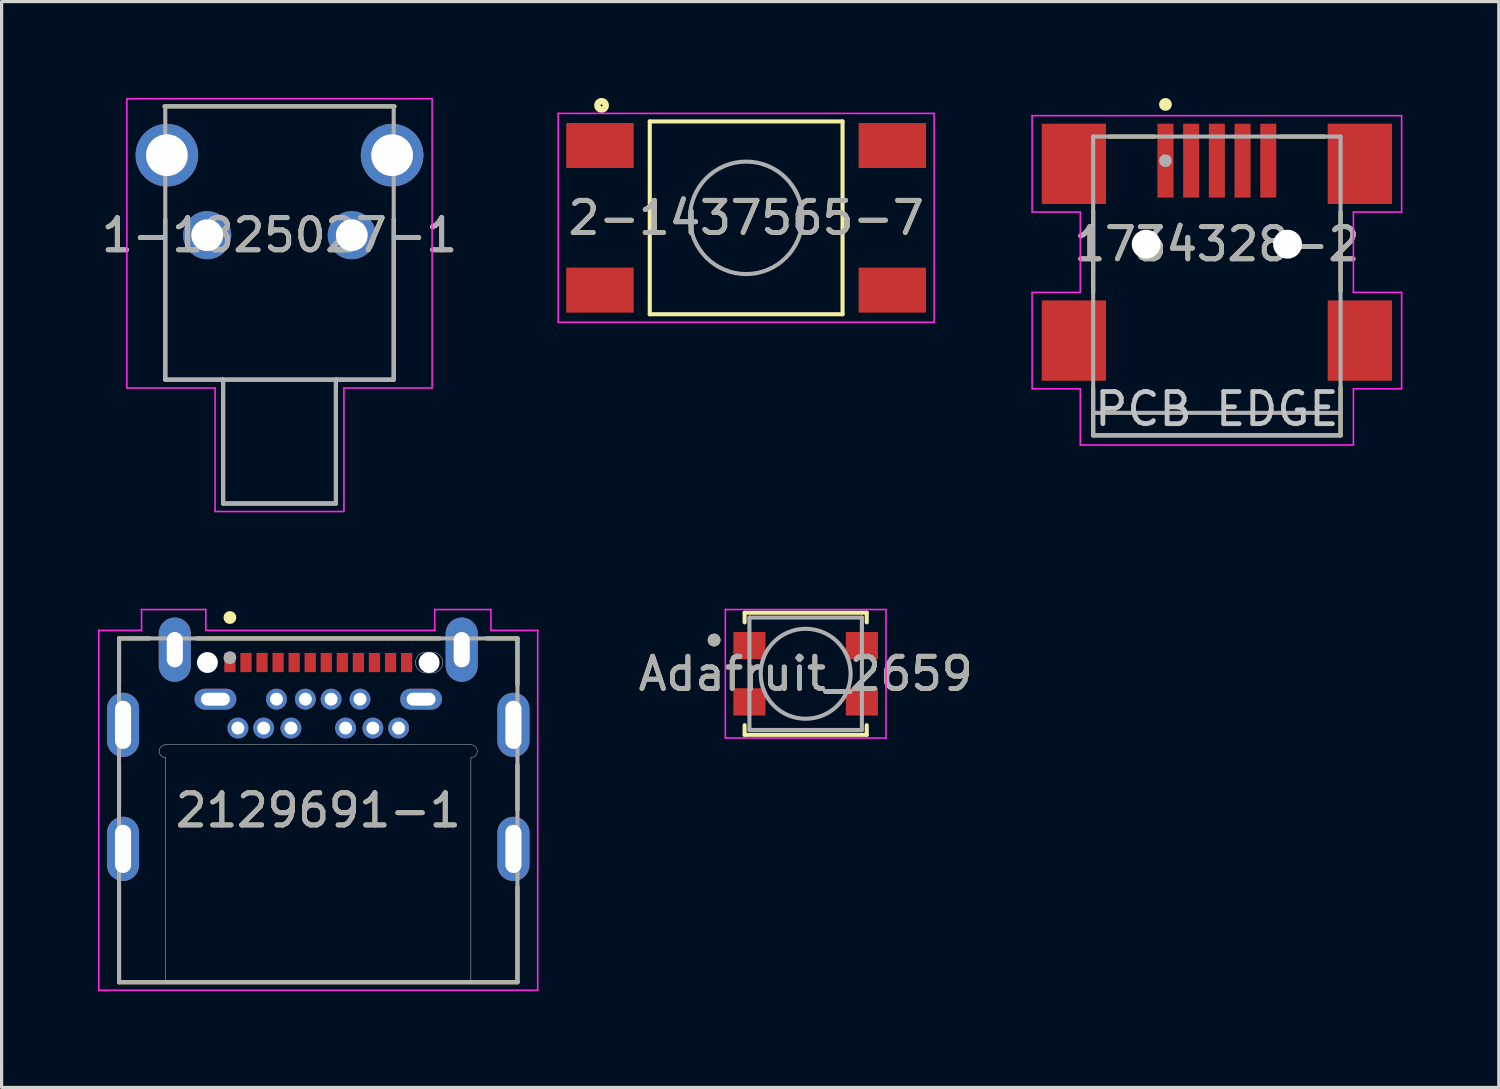
<source format=kicad_pcb>
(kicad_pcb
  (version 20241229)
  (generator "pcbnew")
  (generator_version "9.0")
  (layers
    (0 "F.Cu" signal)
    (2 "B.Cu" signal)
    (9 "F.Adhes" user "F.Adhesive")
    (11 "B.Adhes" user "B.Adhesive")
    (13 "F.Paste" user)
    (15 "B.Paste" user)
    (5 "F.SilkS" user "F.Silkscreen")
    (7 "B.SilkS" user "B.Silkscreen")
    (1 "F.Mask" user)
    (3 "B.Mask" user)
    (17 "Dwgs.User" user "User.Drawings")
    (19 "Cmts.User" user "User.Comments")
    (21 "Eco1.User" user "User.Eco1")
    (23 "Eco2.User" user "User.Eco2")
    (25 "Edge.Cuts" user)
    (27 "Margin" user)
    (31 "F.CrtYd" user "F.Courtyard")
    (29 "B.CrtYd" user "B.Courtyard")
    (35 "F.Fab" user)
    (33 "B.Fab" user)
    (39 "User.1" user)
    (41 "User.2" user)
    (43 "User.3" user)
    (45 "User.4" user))
  (footprint "2-1437565-7"
    (layer "F.Cu")
    (at 20.173 3.73)
    (property "Reference" "2-1437565-7" (at 0 0 0) (layer "F.SilkS") (effects (font (size 1 1) (thickness 0.15))))
    (attr smd)
    (fp_line (start -3 -3) (end 3 -3) (stroke (width 0.127) (type solid)) (layer "F.SilkS"))
    (fp_line (start -3 3) (end -3 -3) (stroke (width 0.127) (type solid)) (layer "F.SilkS"))
    (fp_line (start 3 -3) (end 3 3) (stroke (width 0.127) (type solid)) (layer "F.SilkS"))
    (fp_line (start 3 3) (end -3 3) (stroke (width 0.127) (type solid)) (layer "F.SilkS"))
    (fp_circle (center -4.5 -3.5) (end -4.37 -3.5) (stroke (width 0.2) (type solid)) (fill no) (layer "F.SilkS"))
    (fp_line (start -5.85 -3.25) (end 5.85 -3.25) (stroke (width 0.05) (type solid)) (layer "F.CrtYd"))
    (fp_line (start -5.85 3.25) (end -5.85 -3.25) (stroke (width 0.05) (type solid)) (layer "F.CrtYd"))
    (fp_line (start 5.85 -3.25) (end 5.85 3.25) (stroke (width 0.05) (type solid)) (layer "F.CrtYd"))
    (fp_line (start 5.85 3.25) (end -5.85 3.25) (stroke (width 0.05) (type solid)) (layer "F.CrtYd"))
    (fp_circle (center 0 0) (end 1.75 0) (stroke (width 0.127) (type solid)) (fill no) (layer "F.Fab"))
    (fp_text user "${REFERENCE}" (at 0 0 0) (layer "F.Fab") (effects (font (size 1 1) (thickness 0.15))))
    (pad "1" smd rect (at -4.55 -2.25) (size 2.1 1.4) (layers "F.Cu" "F.Mask" "F.Paste"))
    (pad "2" smd rect (at 4.55 -2.25) (size 2.1 1.4) (layers "F.Cu" "F.Mask" "F.Paste"))
    (pad "3" smd rect (at -4.55 2.25) (size 2.1 1.4) (layers "F.Cu" "F.Mask" "F.Paste"))
    (pad "4" smd rect (at 4.55 2.25) (size 2.1 1.4) (layers "F.Cu" "F.Mask" "F.Paste")))
  (footprint "1734328-2"
    (layer "F.Cu")
    (at 34.823 4.55)
    (property "Reference" "1734328-2" (at 0 0 0) (layer "F.SilkS") (effects (font (size 1 1) (thickness 0.15))))
    (attr smd)
    (fp_line (start -3.85 -1.05) (end -3.85 1.5) (stroke (width 0.127) (type solid)) (layer "F.SilkS"))
    (fp_line (start -3.85 4.5) (end -3.85 5.95) (stroke (width 0.127) (type solid)) (layer "F.SilkS"))
    (fp_line (start -3.85 5.95) (end 3.85 5.95) (stroke (width 0.127) (type solid)) (layer "F.SilkS"))
    (fp_line (start -3.35 -3.35) (end -1.95 -3.35) (stroke (width 0.127) (type solid)) (layer "F.SilkS"))
    (fp_line (start 1.95 -3.35) (end 3.35 -3.35) (stroke (width 0.127) (type solid)) (layer "F.SilkS"))
    (fp_line (start 3.85 -1) (end 3.85 1.45) (stroke (width 0.127) (type solid)) (layer "F.SilkS"))
    (fp_line (start 3.85 5.95) (end 3.85 4.45) (stroke (width 0.127) (type solid)) (layer "F.SilkS"))
    (fp_circle (center -1.6 -4.35) (end -1.5 -4.35) (stroke (width 0.2) (type solid)) (fill no) (layer "F.SilkS"))
    (fp_line (start -5.75 -4) (end -5.75 -1) (stroke (width 0.05) (type solid)) (layer "F.CrtYd"))
    (fp_line (start -5.75 -1) (end -4.25 -1) (stroke (width 0.05) (type solid)) (layer "F.CrtYd"))
    (fp_line (start -5.75 1.5) (end -5.75 4.5) (stroke (width 0.05) (type solid)) (layer "F.CrtYd"))
    (fp_line (start -5.75 4.5) (end -4.25 4.5) (stroke (width 0.05) (type solid)) (layer "F.CrtYd"))
    (fp_line (start -4.25 -1) (end -4.25 1.5) (stroke (width 0.05) (type solid)) (layer "F.CrtYd"))
    (fp_line (start -4.25 1.5) (end -5.75 1.5) (stroke (width 0.05) (type solid)) (layer "F.CrtYd"))
    (fp_line (start -4.25 4.5) (end -4.25 6.25) (stroke (width 0.05) (type solid)) (layer "F.CrtYd"))
    (fp_line (start -4.25 6.25) (end 4.25 6.25) (stroke (width 0.05) (type solid)) (layer "F.CrtYd"))
    (fp_line (start 4.25 -1) (end 5.75 -1) (stroke (width 0.05) (type solid)) (layer "F.CrtYd"))
    (fp_line (start 4.25 1.5) (end 4.25 -1) (stroke (width 0.05) (type solid)) (layer "F.CrtYd"))
    (fp_line (start 4.25 4.5) (end 5.75 4.5) (stroke (width 0.05) (type solid)) (layer "F.CrtYd"))
    (fp_line (start 4.25 6.25) (end 4.25 4.5) (stroke (width 0.05) (type solid)) (layer "F.CrtYd"))
    (fp_line (start 5.75 -4) (end -5.75 -4) (stroke (width 0.05) (type solid)) (layer "F.CrtYd"))
    (fp_line (start 5.75 -1) (end 5.75 -4) (stroke (width 0.05) (type solid)) (layer "F.CrtYd"))
    (fp_line (start 5.75 1.5) (end 4.25 1.5) (stroke (width 0.05) (type solid)) (layer "F.CrtYd"))
    (fp_line (start 5.75 4.5) (end 5.75 1.5) (stroke (width 0.05) (type solid)) (layer "F.CrtYd"))
    (fp_line (start -3.85 -3.35) (end -3.85 5.25) (stroke (width 0.127) (type solid)) (layer "F.Fab"))
    (fp_line (start -3.85 5.25) (end 3.85 5.25) (stroke (width 0.127) (type solid)) (layer "F.Fab"))
    (fp_line (start -3.85 5.95) (end -3.85 5.25) (stroke (width 0.127) (type solid)) (layer "F.Fab"))
    (fp_line (start -3.85 5.95) (end 3.85 5.95) (stroke (width 0.127) (type solid)) (layer "F.Fab"))
    (fp_line (start 3.85 -3.35) (end -3.85 -3.35) (stroke (width 0.127) (type solid)) (layer "F.Fab"))
    (fp_line (start 3.85 5.25) (end 3.85 -3.35) (stroke (width 0.127) (type solid)) (layer "F.Fab"))
    (fp_line (start 3.85 5.25) (end 3.85 5.95) (stroke (width 0.127) (type solid)) (layer "F.Fab"))
    (fp_circle (center -1.6 -2.6) (end -1.5 -2.6) (stroke (width 0.2) (type solid)) (fill no) (layer "F.Fab"))
    (fp_text user "PCB EDGE" (at 0 5.131 0) (layer "Dwgs.User") (effects (font (size 1 1) (thickness 0.15))))
    (fp_text user "${REFERENCE}" (at 0 0 0) (layer "F.Fab") (effects (font (size 1 1) (thickness 0.15))))
    (pad "" np_thru_hole circle (at -2.2 0) (size 0.9 0.9) (drill 0.9) (layers "*.Cu" "*.Mask"))
    (pad "" np_thru_hole circle (at 2.2 0) (size 0.9 0.9) (drill 0.9) (layers "*.Cu" "*.Mask"))
    (pad "1" smd rect (at -1.6 -2.6) (size 0.5 2.3) (layers "F.Cu" "F.Mask" "F.Paste"))
    (pad "2" smd rect (at -0.8 -2.6) (size 0.5 2.3) (layers "F.Cu" "F.Mask" "F.Paste"))
    (pad "3" smd rect (at 0 -2.6) (size 0.5 2.3) (layers "F.Cu" "F.Mask" "F.Paste"))
    (pad "4" smd rect (at 0.8 -2.6) (size 0.5 2.3) (layers "F.Cu" "F.Mask" "F.Paste"))
    (pad "5" smd rect (at 1.6 -2.6) (size 0.5 2.3) (layers "F.Cu" "F.Mask" "F.Paste"))
    (pad "S1" smd rect (at -4.45 -2.5) (size 2 2.5) (layers "F.Cu" "F.Mask" "F.Paste"))
    (pad "S2" smd rect (at 4.45 -2.5) (size 2 2.5) (layers "F.Cu" "F.Mask" "F.Paste"))
    (pad "S3" smd rect (at -4.45 3) (size 2 2.5) (layers "F.Cu" "F.Mask" "F.Paste"))
    (pad "S4" smd rect (at 4.45 3) (size 2 2.5) (layers "F.Cu" "F.Mask" "F.Paste")))
  (footprint "2129691-1"
    (layer "F.Cu")
    (at 6.855 22.17)
    (property "Reference" "2129691-1" (at 0 0 0) (layer "F.SilkS") (effects (font (size 1 1) (thickness 0.15))))
    (attr through_hole)
    (fp_line (start -6.2 -5.35) (end -5.25 -5.35) (stroke (width 0.127) (type solid)) (layer "F.SilkS"))
    (fp_line (start -6.2 -3.91) (end -6.2 -5.35) (stroke (width 0.127) (type solid)) (layer "F.SilkS"))
    (fp_line (start -6.2 -0.06) (end -6.2 -1.41) (stroke (width 0.127) (type solid)) (layer "F.SilkS"))
    (fp_line (start -6.2 2.39) (end -6.2 5.35) (stroke (width 0.127) (type solid)) (layer "F.SilkS"))
    (fp_line (start -6.2 5.35) (end 6.2 5.35) (stroke (width 0.127) (type solid)) (layer "F.SilkS"))
    (fp_line (start -3.78 -5.35) (end 3.78 -5.35) (stroke (width 0.127) (type solid)) (layer "F.SilkS"))
    (fp_line (start 6.2 -5.35) (end 5.25 -5.35) (stroke (width 0.127) (type solid)) (layer "F.SilkS"))
    (fp_line (start 6.2 -3.91) (end 6.2 -5.35) (stroke (width 0.127) (type solid)) (layer "F.SilkS"))
    (fp_line (start 6.2 -0.01) (end 6.2 -1.41) (stroke (width 0.127) (type solid)) (layer "F.SilkS"))
    (fp_line (start 6.2 5.35) (end 6.2 2.39) (stroke (width 0.127) (type solid)) (layer "F.SilkS"))
    (fp_circle (center -2.75 -6) (end -2.65 -6) (stroke (width 0.2) (type solid)) (fill no) (layer "F.SilkS"))
    (fp_line (start -4.75 -2.04) (end 4.75 -2.04) (stroke (width 0.015) (type solid)) (layer "Dwgs.User"))
    (fp_line (start -4.75 -1.64) (end -4.75 5.35) (stroke (width 0.015) (type solid)) (layer "Dwgs.User"))
    (fp_line (start -4.75 5.35) (end 4.75 5.35) (stroke (width 0.015) (type solid)) (layer "Dwgs.User"))
    (fp_line (start 3.365 -4.925) (end 3.535 -4.925) (stroke (width 0.015) (type solid)) (layer "Dwgs.User"))
    (fp_line (start 3.535 -4.275) (end 3.365 -4.275) (stroke (width 0.015) (type solid)) (layer "Dwgs.User"))
    (fp_line (start 4.75 -1.64) (end 4.75 5.35) (stroke (width 0.015) (type solid)) (layer "Dwgs.User"))
    (fp_arc (start -4.75 -1.64) (mid -4.95 -1.84) (end -4.75 -2.04) (stroke (width 0.015) (type solid)) (layer "Dwgs.User"))
    (fp_arc (start 3.025 -4.6) (mid 3.12769 -4.832916) (end 3.365 -4.925) (stroke (width 0.015) (type solid)) (layer "Dwgs.User"))
    (fp_arc (start 3.365 -4.275) (mid 3.12769 -4.367084) (end 3.025 -4.6) (stroke (width 0.015) (type solid)) (layer "Dwgs.User"))
    (fp_arc (start 3.535 -4.925) (mid 3.77231 -4.832916) (end 3.875 -4.6) (stroke (width 0.015) (type solid)) (layer "Dwgs.User"))
    (fp_arc (start 3.875 -4.6) (mid 3.77231 -4.367084) (end 3.535 -4.275) (stroke (width 0.015) (type solid)) (layer "Dwgs.User"))
    (fp_arc (start 4.75 -2.04) (mid 4.95 -1.84) (end 4.75 -1.64) (stroke (width 0.015) (type solid)) (layer "Dwgs.User"))
    (fp_line (start -6.83 -5.6) (end -6.83 5.6) (stroke (width 0.05) (type solid)) (layer "F.CrtYd"))
    (fp_line (start -6.83 5.6) (end 6.83 5.6) (stroke (width 0.05) (type solid)) (layer "F.CrtYd"))
    (fp_line (start -5.5 -6.25) (end -5.5 -5.6) (stroke (width 0.05) (type solid)) (layer "F.CrtYd"))
    (fp_line (start -5.5 -5.6) (end -6.83 -5.6) (stroke (width 0.05) (type solid)) (layer "F.CrtYd"))
    (fp_line (start -3.5 -6.25) (end -5.5 -6.25) (stroke (width 0.05) (type solid)) (layer "F.CrtYd"))
    (fp_line (start -3.5 -5.6) (end -3.5 -6.25) (stroke (width 0.05) (type solid)) (layer "F.CrtYd"))
    (fp_line (start 3.625 -6.25) (end 3.625 -5.6) (stroke (width 0.05) (type solid)) (layer "F.CrtYd"))
    (fp_line (start 3.625 -5.6) (end -3.5 -5.6) (stroke (width 0.05) (type solid)) (layer "F.CrtYd"))
    (fp_line (start 5.375 -6.25) (end 3.625 -6.25) (stroke (width 0.05) (type solid)) (layer "F.CrtYd"))
    (fp_line (start 5.375 -5.6) (end 5.375 -6.25) (stroke (width 0.05) (type solid)) (layer "F.CrtYd"))
    (fp_line (start 6.83 -5.6) (end 5.375 -5.6) (stroke (width 0.05) (type solid)) (layer "F.CrtYd"))
    (fp_line (start 6.83 5.6) (end 6.83 -5.6) (stroke (width 0.05) (type solid)) (layer "F.CrtYd"))
    (fp_line (start -6.2 -5.35) (end 6.2 -5.35) (stroke (width 0.127) (type solid)) (layer "F.Fab"))
    (fp_line (start -6.2 5.35) (end -6.2 -5.35) (stroke (width 0.127) (type solid)) (layer "F.Fab"))
    (fp_line (start -6.2 5.35) (end 6.2 5.35) (stroke (width 0.127) (type solid)) (layer "F.Fab"))
    (fp_line (start 6.2 -5.35) (end 6.2 5.35) (stroke (width 0.127) (type solid)) (layer "F.Fab"))
    (fp_circle (center -2.75 -4.75) (end -2.65 -4.75) (stroke (width 0.2) (type solid)) (fill no) (layer "F.Fab"))
    (fp_text user "${REFERENCE}" (at 0 0 0) (layer "F.Fab") (effects (font (size 1 1) (thickness 0.15))))
    (pad "" np_thru_hole circle (at -3.45 -4.6) (size 0.65 0.65) (drill 0.65) (layers "*.Cu" "*.Mask"))
    (pad "" np_thru_hole circle (at 3.45 -4.6) (size 0.65 0.65) (drill 0.65) (layers "*.Cu" "*.Mask"))
    (pad "A1" smd rect (at -2.75 -4.6) (size 0.35 0.6) (layers "F.Cu" "F.Mask" "F.Paste"))
    (pad "A2" smd rect (at -2.25 -4.6) (size 0.35 0.6) (layers "F.Cu" "F.Mask" "F.Paste"))
    (pad "A3" smd rect (at -1.75 -4.6) (size 0.35 0.6) (layers "F.Cu" "F.Mask" "F.Paste"))
    (pad "A4" smd rect (at -1.25 -4.6) (size 0.35 0.6) (layers "F.Cu" "F.Mask" "F.Paste"))
    (pad "A5" smd rect (at -0.75 -4.6) (size 0.35 0.6) (layers "F.Cu" "F.Mask" "F.Paste"))
    (pad "A6" smd rect (at -0.25 -4.6) (size 0.35 0.6) (layers "F.Cu" "F.Mask" "F.Paste"))
    (pad "A7" smd rect (at 0.25 -4.6) (size 0.35 0.6) (layers "F.Cu" "F.Mask" "F.Paste"))
    (pad "A8" smd rect (at 0.75 -4.6) (size 0.35 0.6) (layers "F.Cu" "F.Mask" "F.Paste"))
    (pad "A9" smd rect (at 1.25 -4.6) (size 0.35 0.6) (layers "F.Cu" "F.Mask" "F.Paste"))
    (pad "A10" smd rect (at 1.75 -4.6) (size 0.35 0.6) (layers "F.Cu" "F.Mask" "F.Paste"))
    (pad "A11" smd rect (at 2.25 -4.6) (size 0.35 0.6) (layers "F.Cu" "F.Mask" "F.Paste"))
    (pad "A12" smd rect (at 2.75 -4.6) (size 0.35 0.6) (layers "F.Cu" "F.Mask" "F.Paste"))
    (pad "B1" thru_hole oval (at 3.2 -3.46) (size 1.3 0.65) (drill oval 0.9 0.4) (layers "*.Cu" "*.Mask"))
    (pad "B2" thru_hole circle (at 2.5 -2.56) (size 0.65 0.65) (drill 0.4) (layers "*.Cu" "*.Mask"))
    (pad "B3" thru_hole circle (at 1.7 -2.56) (size 0.65 0.65) (drill 0.4) (layers "*.Cu" "*.Mask"))
    (pad "B4" thru_hole circle (at 1.3 -3.46) (size 0.65 0.65) (drill 0.4) (layers "*.Cu" "*.Mask"))
    (pad "B5" thru_hole circle (at 0.85 -2.56) (size 0.65 0.65) (drill 0.4) (layers "*.Cu" "*.Mask"))
    (pad "B6" thru_hole circle (at 0.4 -3.46) (size 0.65 0.65) (drill 0.4) (layers "*.Cu" "*.Mask"))
    (pad "B7" thru_hole circle (at -0.4 -3.46) (size 0.65 0.65) (drill 0.4) (layers "*.Cu" "*.Mask"))
    (pad "B8" thru_hole circle (at -0.85 -2.56) (size 0.65 0.65) (drill 0.4) (layers "*.Cu" "*.Mask"))
    (pad "B9" thru_hole circle (at -1.3 -3.46) (size 0.65 0.65) (drill 0.4) (layers "*.Cu" "*.Mask"))
    (pad "B10" thru_hole circle (at -1.7 -2.56) (size 0.65 0.65) (drill 0.4) (layers "*.Cu" "*.Mask"))
    (pad "B11" thru_hole circle (at -2.5 -2.56) (size 0.65 0.65) (drill 0.4) (layers "*.Cu" "*.Mask"))
    (pad "B12" thru_hole oval (at -3.2 -3.46) (size 1.3 0.65) (drill oval 0.9 0.4) (layers "*.Cu" "*.Mask"))
    (pad "S1" thru_hole oval (at -6.075 1.2) (size 1 2) (drill oval 0.5 1.5) (layers "*.Cu" "*.Mask"))
    (pad "S2" thru_hole oval (at 6.075 1.2) (size 1 2) (drill oval 0.5 1.5) (layers "*.Cu" "*.Mask"))
    (pad "S3" thru_hole oval (at -6.075 -2.66) (size 1 2) (drill oval 0.5 1.5) (layers "*.Cu" "*.Mask"))
    (pad "S4" thru_hole oval (at 6.075 -2.66) (size 1 2) (drill oval 0.5 1.5) (layers "*.Cu" "*.Mask"))
    (pad "S5" thru_hole oval (at -4.465 -5) (size 1 2) (drill oval 0.5 1.1) (layers "*.Cu" "*.Mask"))
    (pad "S6" thru_hole oval (at 4.465 -5) (size 1 2) (drill oval 0.5 1.1) (layers "*.Cu" "*.Mask")))
  (footprint "Adafruit_2659"
    (layer "F.Cu")
    (at 22.025 17.92)
    (property "Reference" "Adafruit_2659" (at 0 0 0) (layer "F.SilkS") (effects (font (size 1 1) (thickness 0.15))))
    (attr smd)
    (fp_line (start -1.9 -1.9) (end 1.9 -1.9) (stroke (width 0.127) (type solid)) (layer "F.SilkS"))
    (fp_line (start -1.9 -1.6) (end -1.9 -1.9) (stroke (width 0.127) (type solid)) (layer "F.SilkS"))
    (fp_line (start -1.9 1.6) (end -1.9 1.9) (stroke (width 0.127) (type solid)) (layer "F.SilkS"))
    (fp_line (start -1.9 1.9) (end 1.9 1.9) (stroke (width 0.127) (type solid)) (layer "F.SilkS"))
    (fp_line (start 1.9 -1.9) (end 1.9 -1.6) (stroke (width 0.127) (type solid)) (layer "F.SilkS"))
    (fp_line (start 1.9 1.9) (end 1.9 1.6) (stroke (width 0.127) (type solid)) (layer "F.SilkS"))
    (fp_circle (center -2.85 -1.05) (end -2.75 -1.05) (stroke (width 0.2) (type solid)) (fill no) (layer "F.SilkS"))
    (fp_line (start -2.5 -2) (end 2.5 -2) (stroke (width 0.05) (type solid)) (layer "F.CrtYd"))
    (fp_line (start -2.5 2) (end -2.5 -2) (stroke (width 0.05) (type solid)) (layer "F.CrtYd"))
    (fp_line (start 2.5 -2) (end 2.5 2) (stroke (width 0.05) (type solid)) (layer "F.CrtYd"))
    (fp_line (start 2.5 2) (end -2.5 2) (stroke (width 0.05) (type solid)) (layer "F.CrtYd"))
    (fp_line (start -1.75 -1.75) (end 1.75 -1.75) (stroke (width 0.127) (type solid)) (layer "F.Fab"))
    (fp_line (start -1.75 1.75) (end -1.75 -1.75) (stroke (width 0.127) (type solid)) (layer "F.Fab"))
    (fp_line (start 1.75 -1.75) (end 1.75 1.75) (stroke (width 0.127) (type solid)) (layer "F.Fab"))
    (fp_line (start 1.75 1.75) (end -1.75 1.75) (stroke (width 0.127) (type solid)) (layer "F.Fab"))
    (fp_circle (center -2.85 -1.05) (end -2.75 -1.05) (stroke (width 0.2) (type solid)) (fill no) (layer "F.Fab"))
    (fp_circle (center 0 0) (end 1.4 0) (stroke (width 0.127) (type solid)) (fill no) (layer "F.Fab"))
    (fp_text user "${REFERENCE}" (at 0 0 0) (layer "F.Fab") (effects (font (size 1 1) (thickness 0.15))))
    (pad "1" smd rect (at -1.75 -0.875) (size 1 0.85) (layers "F.Cu" "F.Mask" "F.Paste"))
    (pad "2" smd rect (at -1.75 0.875) (size 1 0.85) (layers "F.Cu" "F.Mask" "F.Paste"))
    (pad "3" smd rect (at 1.75 0.875) (size 1 0.85) (layers "F.Cu" "F.Mask" "F.Paste"))
    (pad "4" smd rect (at 1.75 -0.875) (size 1 0.85) (layers "F.Cu" "F.Mask" "F.Paste")))
  (footprint "1-1825027-1"
    (layer "F.Cu")
    (at 5.649 4.27)
    (property "Reference" "1-1825027-1" (at 0 0 0) (layer "F.SilkS") (effects (font (size 1 1) (thickness 0.15))))
    (attr through_hole)
    (fp_line (start -3.58 -4.01) (end 3.58 -4.01) (stroke (width 0.127) (type solid)) (layer "F.SilkS"))
    (fp_line (start -3.555 4.495) (end -3.555 -0.485) (stroke (width 0.127) (type solid)) (layer "F.SilkS"))
    (fp_line (start -1.755 4.495) (end -3.555 4.495) (stroke (width 0.127) (type solid)) (layer "F.SilkS"))
    (fp_line (start -1.755 4.495) (end -1.755 8.35) (stroke (width 0.127) (type solid)) (layer "F.SilkS"))
    (fp_line (start -1.755 8.35) (end 1.755 8.35) (stroke (width 0.127) (type solid)) (layer "F.SilkS"))
    (fp_line (start 1.755 4.495) (end -1.755 4.495) (stroke (width 0.127) (type solid)) (layer "F.SilkS"))
    (fp_line (start 1.755 8.35) (end 1.755 4.495) (stroke (width 0.127) (type solid)) (layer "F.SilkS"))
    (fp_line (start 3.555 -0.5) (end 3.555 4.495) (stroke (width 0.127) (type solid)) (layer "F.SilkS"))
    (fp_line (start 3.555 4.495) (end 1.755 4.495) (stroke (width 0.127) (type solid)) (layer "F.SilkS"))
    (fp_line (start -4.75 -4.245) (end 4.75 -4.245) (stroke (width 0.05) (type solid)) (layer "F.CrtYd"))
    (fp_line (start -4.75 4.755) (end -4.75 -4.245) (stroke (width 0.05) (type solid)) (layer "F.CrtYd"))
    (fp_line (start -2.005 4.755) (end -4.75 4.755) (stroke (width 0.05) (type solid)) (layer "F.CrtYd"))
    (fp_line (start -2.005 8.6) (end -2.005 4.755) (stroke (width 0.05) (type solid)) (layer "F.CrtYd"))
    (fp_line (start 2.005 4.755) (end 2.005 8.6) (stroke (width 0.05) (type solid)) (layer "F.CrtYd"))
    (fp_line (start 2.005 8.6) (end -2.005 8.6) (stroke (width 0.05) (type solid)) (layer "F.CrtYd"))
    (fp_line (start 4.75 -4.245) (end 4.75 4.755) (stroke (width 0.05) (type solid)) (layer "F.CrtYd"))
    (fp_line (start 4.75 4.755) (end 2.005 4.755) (stroke (width 0.05) (type solid)) (layer "F.CrtYd"))
    (fp_line (start -3.555 -4.01) (end 3.555 -4.01) (stroke (width 0.127) (type solid)) (layer "F.Fab"))
    (fp_line (start -3.555 4.495) (end -3.555 -4.01) (stroke (width 0.127) (type solid)) (layer "F.Fab"))
    (fp_line (start -1.755 4.495) (end -3.555 4.495) (stroke (width 0.127) (type solid)) (layer "F.Fab"))
    (fp_line (start -1.755 4.495) (end -1.755 8.35) (stroke (width 0.127) (type solid)) (layer "F.Fab"))
    (fp_line (start -1.755 8.35) (end 1.755 8.35) (stroke (width 0.127) (type solid)) (layer "F.Fab"))
    (fp_line (start 1.755 4.495) (end -1.755 4.495) (stroke (width 0.127) (type solid)) (layer "F.Fab"))
    (fp_line (start 1.755 8.35) (end 1.755 4.495) (stroke (width 0.127) (type solid)) (layer "F.Fab"))
    (fp_line (start 3.555 -4.01) (end 3.555 4.495) (stroke (width 0.127) (type solid)) (layer "F.Fab"))
    (fp_line (start 3.555 4.495) (end 1.755 4.495) (stroke (width 0.127) (type solid)) (layer "F.Fab"))
    (fp_text user "${REFERENCE}" (at 0 0 0) (layer "F.Fab") (effects (font (size 1 1) (thickness 0.15))))
    (pad "1" thru_hole circle (at -2.25 0) (size 1.498 1.498) (drill 0.99) (layers "*.Cu" "*.Mask"))
    (pad "2" thru_hole circle (at 2.25 0) (size 1.498 1.498) (drill 0.99) (layers "*.Cu" "*.Mask"))
    (pad "S1" thru_hole circle (at -3.505 -2.49) (size 1.95 1.95) (drill 1.3) (layers "*.Cu" "*.Mask"))
    (pad "S2" thru_hole circle (at 3.505 -2.49) (size 1.95 1.95) (drill 1.3) (layers "*.Cu" "*.Mask")))
  (gr_rect
    (start -3 -3)
    (end 43.598 30.795)
    (stroke (width 0.1) (type default))
    (fill no)
    (layer "Edge.Cuts")))
</source>
